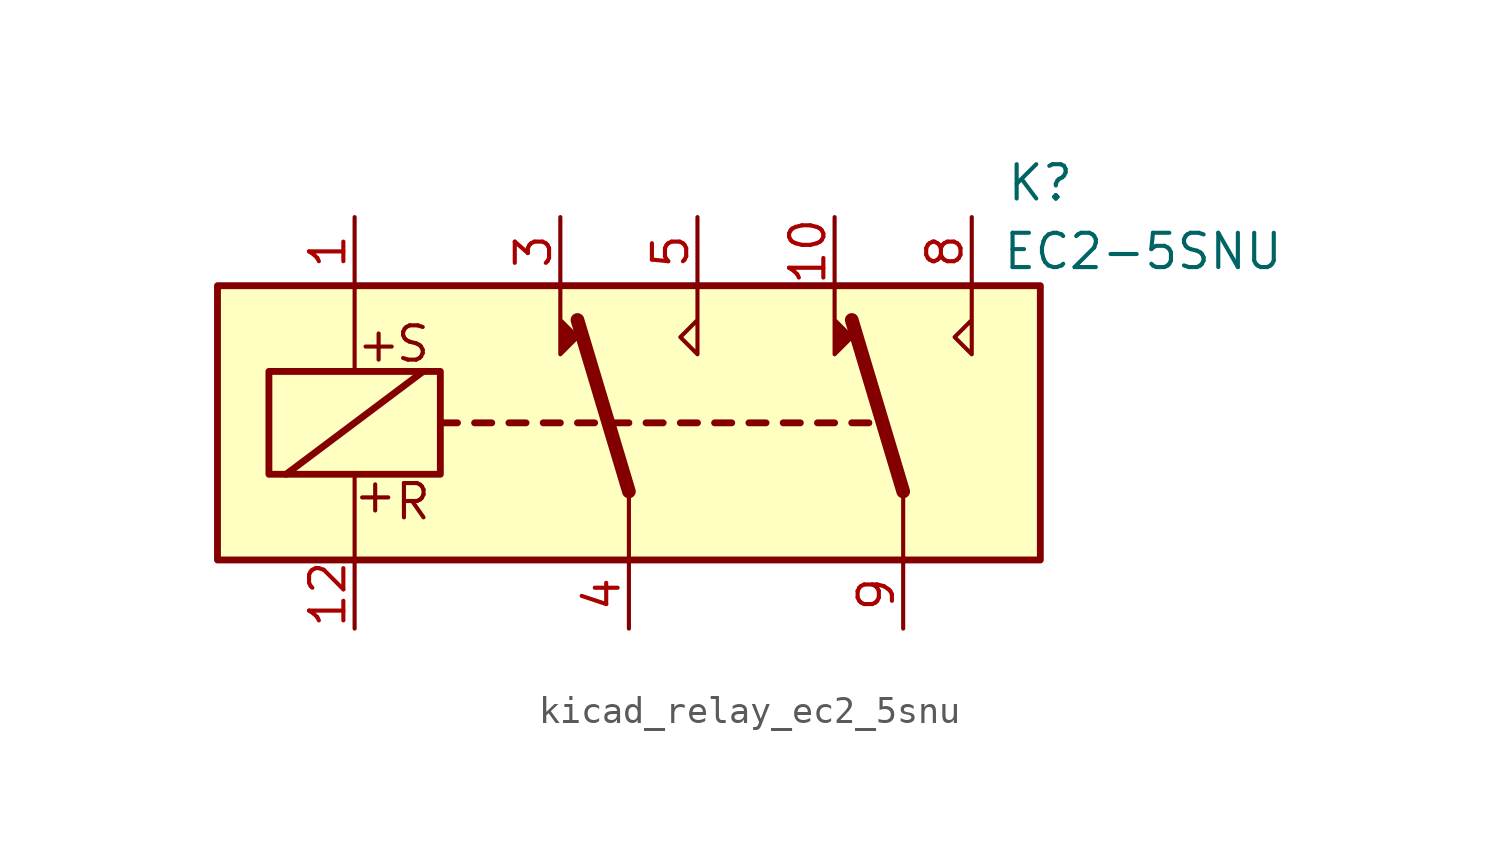
<source format=kicad_sym>
(kicad_symbol_lib
  (version 20220914)
  (generator kicad_symbol_editor)
  (symbol "kicad_relay_ec2_5snu"
    (property "Reference" "K"
      (at 15.24 8.89 0)
      (effects (font (size 1.27 1.27))))
    (property "Value" "EC2-5SNU"
      (at 19.05 6.35 0)
      (effects (font (size 1.27 1.27))))
    (symbol "kicad_relay_ec2_5snu_0_0"
      (text "S" (at -8.001 2.921 0) (effects (font (size 1.27 1.27)))))
    (symbol "kicad_relay_ec2_5snu_1_1"
      (rectangle (start -15.24 5.08) (end 15.24 -5.08) (stroke (width 0.254) (type default)) (fill (type background)))
      (rectangle (start -13.335 1.905) (end -6.985 -1.905) (stroke (width 0.254) (type default)) (fill (type none)))
      (polyline (pts (xy -12.7 -1.905) (xy -7.62 1.905)) (stroke (width 0.254) (type default)) (fill (type none)))
      (polyline (pts (xy -10.16 -5.08) (xy -10.16 -1.905)) (stroke (width 0) (type default)) (fill (type none)))
      (polyline (pts (xy -10.16 5.08) (xy -10.16 1.905)) (stroke (width 0) (type default)) (fill (type none)))
      (polyline (pts (xy -6.985 0) (xy -6.35 0)) (stroke (width 0.254) (type default)) (fill (type none)))
      (polyline (pts (xy -5.715 0) (xy -5.08 0)) (stroke (width 0.254) (type default)) (fill (type none)))
      (polyline (pts (xy -4.445 0) (xy -3.81 0)) (stroke (width 0.254) (type default)) (fill (type none)))
      (polyline (pts (xy -3.175 0) (xy -2.54 0)) (stroke (width 0.254) (type default)) (fill (type none)))
      (polyline (pts (xy -1.905 0) (xy -1.27 0)) (stroke (width 0.254) (type default)) (fill (type none)))
      (polyline (pts (xy -0.635 0) (xy 0 0)) (stroke (width 0.254) (type default)) (fill (type none)))
      (polyline (pts (xy 0 -2.54) (xy -1.905 3.81)) (stroke (width 0.508) (type default)) (fill (type none)))
      (polyline (pts (xy 0 -2.54) (xy 0 -5.08)) (stroke (width 0) (type default)) (fill (type none)))
      (polyline (pts (xy 0.635 0) (xy 1.27 0)) (stroke (width 0.254) (type default)) (fill (type none)))
      (polyline (pts (xy 1.905 0) (xy 2.54 0)) (stroke (width 0.254) (type default)) (fill (type none)))
      (polyline (pts (xy 3.175 0) (xy 3.81 0)) (stroke (width 0.254) (type default)) (fill (type none)))
      (polyline (pts (xy 4.445 0) (xy 5.08 0)) (stroke (width 0.254) (type default)) (fill (type none)))
      (polyline (pts (xy 5.715 0) (xy 6.35 0)) (stroke (width 0.254) (type default)) (fill (type none)))
      (polyline (pts (xy 6.985 0) (xy 7.62 0)) (stroke (width 0.254) (type default)) (fill (type none)))
      (polyline (pts (xy 8.255 0) (xy 8.89 0)) (stroke (width 0.254) (type default)) (fill (type none)))
      (polyline (pts (xy 10.16 -2.54) (xy 8.255 3.81)) (stroke (width 0.508) (type default)) (fill (type none)))
      (polyline (pts (xy 10.16 -2.54) (xy 10.16 -5.08)) (stroke (width 0) (type default)) (fill (type none)))
      (polyline (pts (xy -2.54 5.08) (xy -2.54 2.54) (xy -1.905 3.175) (xy -2.54 3.81)) (stroke (width 0) (type default)) (fill (type outline)))
      (polyline (pts (xy 2.54 5.08) (xy 2.54 2.54) (xy 1.905 3.175) (xy 2.54 3.81)) (stroke (width 0) (type default)) (fill (type none)))
      (polyline (pts (xy 7.62 5.08) (xy 7.62 2.54) (xy 8.255 3.175) (xy 7.62 3.81)) (stroke (width 0) (type default)) (fill (type outline)))
      (polyline (pts (xy 12.7 5.08) (xy 12.7 2.54) (xy 12.065 3.175) (xy 12.7 3.81)) (stroke (width 0) (type default)) (fill (type none)))
      (text "+" (at -9.398 -2.667 0) (effects (font (size 1.27 1.27))))
      (text "+" (at -9.271 2.921 0) (effects (font (size 1.27 1.27))))
      (text "R" (at -8.001 -2.921 0) (effects (font (size 1.27 1.27))))
      (pin passive line (at -10.16 7.62 270) (length 2.54) (name "~" (effects (font (size 1.27 1.27)))) (number "1" (effects (font (size 1.27 1.27)))))
      (pin passive line (at 7.62 7.62 270) (length 2.54) (name "~" (effects (font (size 1.27 1.27)))) (number "10" (effects (font (size 1.27 1.27)))))
      (pin passive line (at -10.16 -7.62 90) (length 2.54) (name "~" (effects (font (size 1.27 1.27)))) (number "12" (effects (font (size 1.27 1.27)))))
      (pin passive line (at -2.54 7.62 270) (length 2.54) (name "~" (effects (font (size 1.27 1.27)))) (number "3" (effects (font (size 1.27 1.27)))))
      (pin passive line (at 0 -7.62 90) (length 2.54) (name "~" (effects (font (size 1.27 1.27)))) (number "4" (effects (font (size 1.27 1.27)))))
      (pin passive line (at 2.54 7.62 270) (length 2.54) (name "~" (effects (font (size 1.27 1.27)))) (number "5" (effects (font (size 1.27 1.27)))))
      (pin passive line (at 12.7 7.62 270) (length 2.54) (name "~" (effects (font (size 1.27 1.27)))) (number "8" (effects (font (size 1.27 1.27)))))
      (pin passive line (at 10.16 -7.62 90) (length 2.54) (name "~" (effects (font (size 1.27 1.27)))) (number "9" (effects (font (size 1.27 1.27))))))))
</source>
